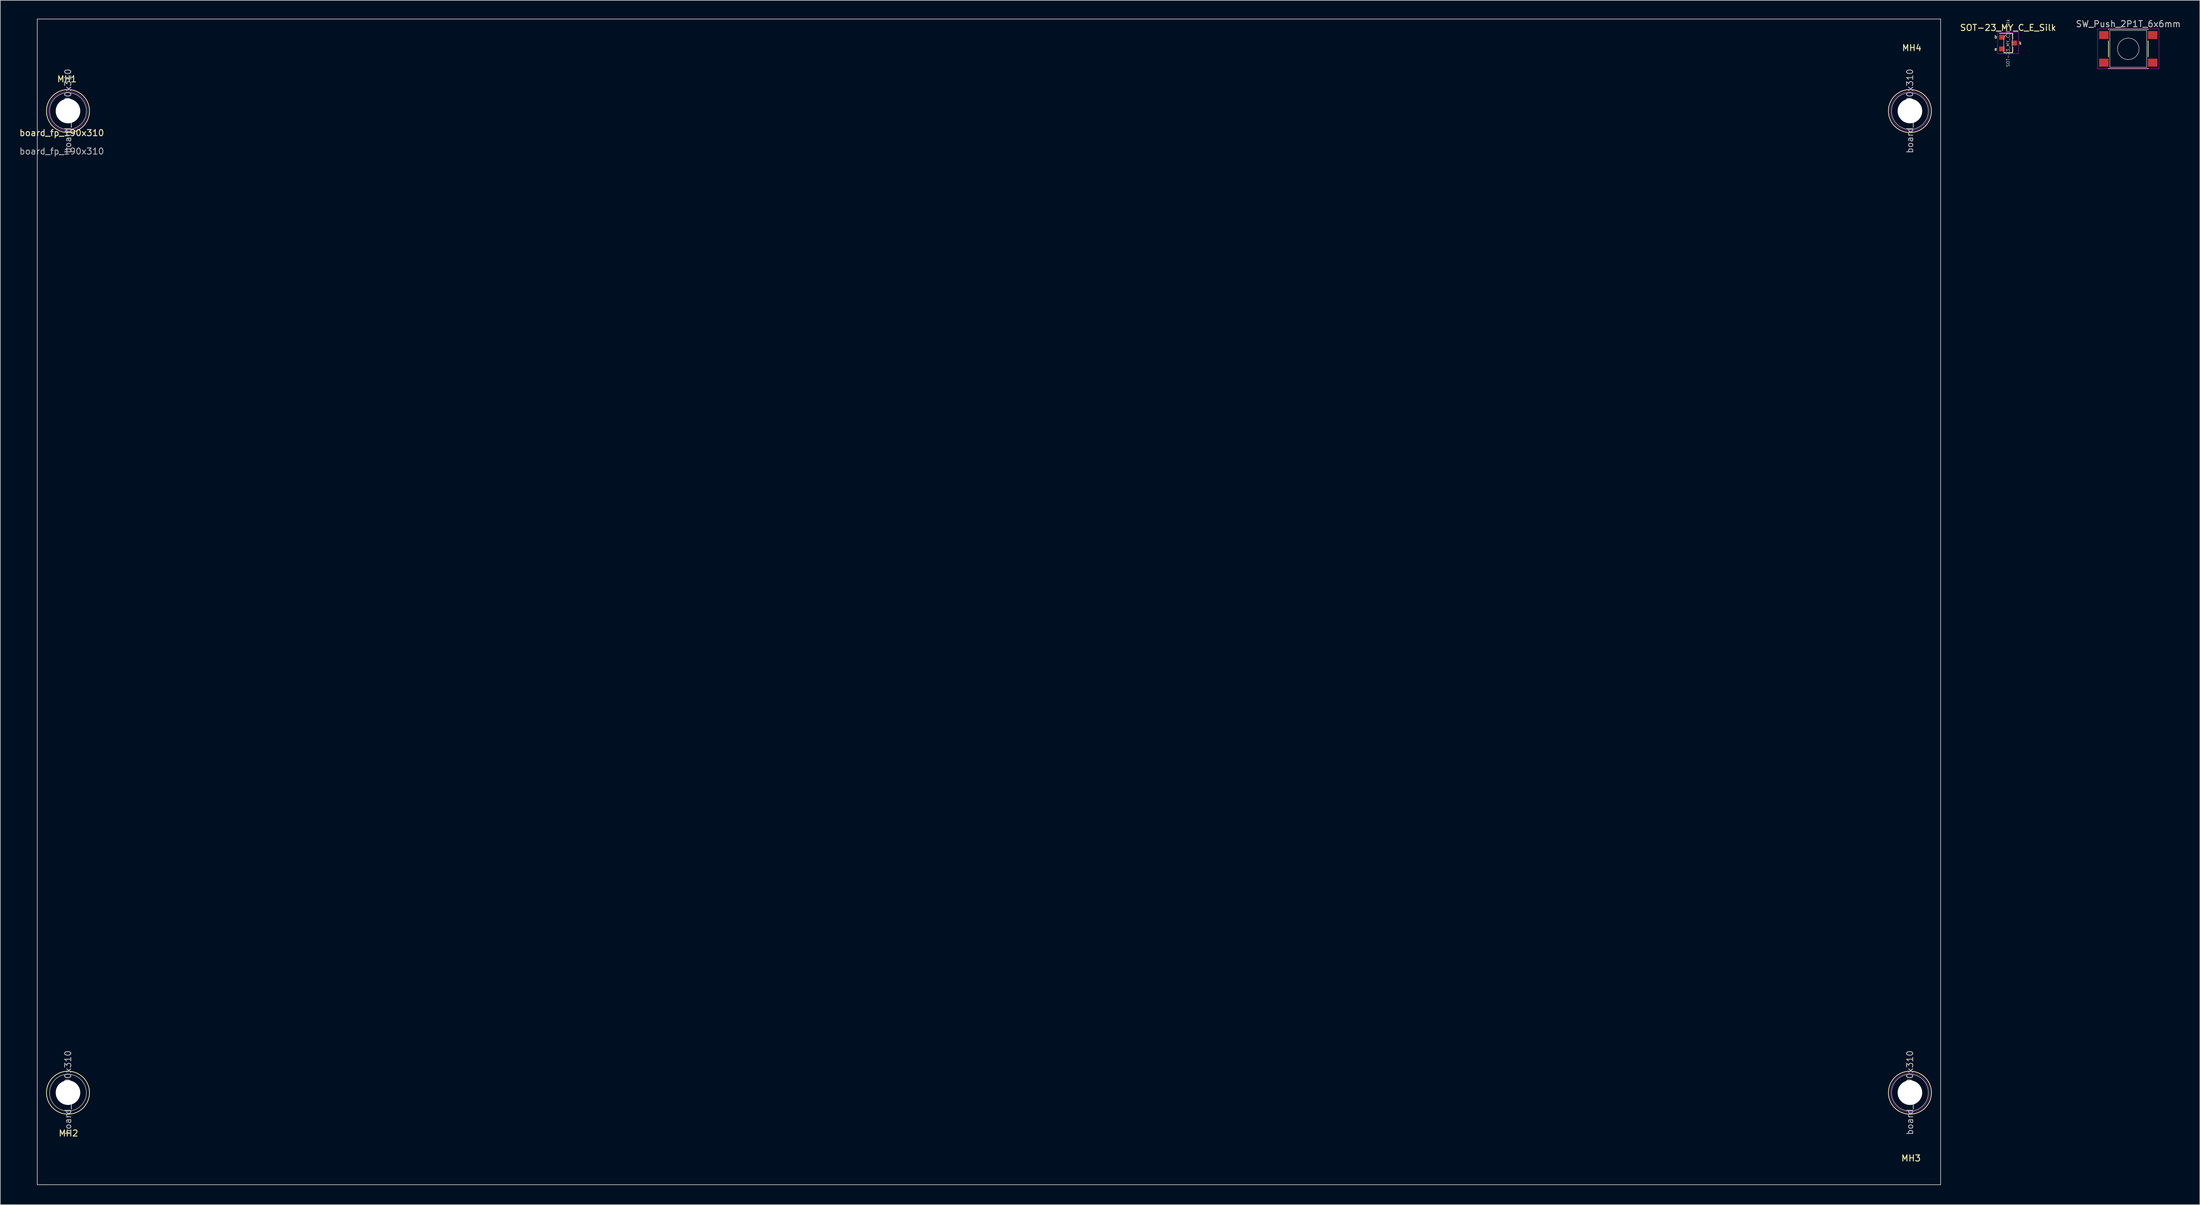
<source format=kicad_pcb>
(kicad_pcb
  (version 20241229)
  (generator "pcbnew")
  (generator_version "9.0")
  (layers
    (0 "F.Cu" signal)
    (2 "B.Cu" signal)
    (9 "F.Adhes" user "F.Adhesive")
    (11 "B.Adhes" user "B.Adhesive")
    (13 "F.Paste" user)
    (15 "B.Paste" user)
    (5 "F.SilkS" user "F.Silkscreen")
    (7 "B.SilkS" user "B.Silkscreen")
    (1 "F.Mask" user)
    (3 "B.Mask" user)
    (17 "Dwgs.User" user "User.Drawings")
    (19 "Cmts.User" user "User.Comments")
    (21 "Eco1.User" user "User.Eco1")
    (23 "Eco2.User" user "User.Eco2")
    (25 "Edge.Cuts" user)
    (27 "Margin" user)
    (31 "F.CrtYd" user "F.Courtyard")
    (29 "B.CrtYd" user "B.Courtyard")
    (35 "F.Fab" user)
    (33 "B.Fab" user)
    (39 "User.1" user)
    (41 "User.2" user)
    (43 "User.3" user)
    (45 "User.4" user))
  (footprint "board_fp_190x310"
    (layer "F.Cu")
    (at 3.022 190.05)
    (property "Reference" "board_fp_190x310" (at 3.984 -171.436 0) (unlocked yes) (layer "F.SilkS") (effects (font (size 1 1) (thickness 0.15))))
    (fp_circle (center 5 -175) (end 8.5 -175) (stroke (width 0.12) (type solid)) (fill no) (layer "F.SilkS"))
    (fp_circle (center 5 -15) (end 8.5 -15) (stroke (width 0.12) (type solid)) (fill no) (layer "F.SilkS"))
    (fp_circle (center 305 -175) (end 308.5 -175) (stroke (width 0.12) (type solid)) (fill no) (layer "F.SilkS"))
    (fp_circle (center 305 -15) (end 308.5 -15) (stroke (width 0.12) (type solid)) (fill no) (layer "F.SilkS"))
    (fp_line (start 0 -190) (end 310 -190) (stroke (width 0.1) (type solid)) (layer "Edge.Cuts"))
    (fp_line (start 0 0) (end 0 -190) (stroke (width 0.1) (type solid)) (layer "Edge.Cuts"))
    (fp_line (start 310 -190) (end 310 0) (stroke (width 0.1) (type solid)) (layer "Edge.Cuts"))
    (fp_line (start 310 0) (end 0 0) (stroke (width 0.1) (type solid)) (layer "Edge.Cuts"))
    (fp_circle (center 5 -175) (end 8.048 -173.984) (stroke (width 0.05) (type solid)) (fill no) (layer "F.CrtYd"))
    (fp_circle (center 305 -175) (end 308.048 -173.984) (stroke (width 0.05) (type solid)) (fill no) (layer "F.CrtYd"))
    (fp_circle (center 305 -15) (end 308.048 -13.984) (stroke (width 0.05) (type solid)) (fill no) (layer "F.CrtYd"))
    (fp_circle (center 5 -175) (end 8 -175) (stroke (width 0.1) (type solid)) (fill no) (layer "F.Fab"))
    (fp_circle (center 5 -15) (end 8 -15) (stroke (width 0.1) (type solid)) (fill no) (layer "F.Fab"))
    (fp_circle (center 305 -175) (end 308 -175) (stroke (width 0.1) (type solid)) (fill no) (layer "F.Fab"))
    (fp_circle (center 305 -15) (end 308 -15) (stroke (width 0.1) (type solid)) (fill no) (layer "F.Fab"))
    (fp_text user "MH1" (at 4.826 -180.213 0) (unlocked yes) (layer "F.SilkS") (effects (font (size 1 1) (thickness 0.15))))
    (fp_text user "MH3" (at 305.181 -4.318 0) (unlocked yes) (layer "F.SilkS") (effects (font (size 1 1) (thickness 0.15))))
    (fp_text user "MH4" (at 305.308 -185.293 0) (unlocked yes) (layer "F.SilkS") (effects (font (size 1 1) (thickness 0.15))))
    (fp_text user "MH2" (at 5.08 -8.382 0) (unlocked yes) (layer "F.SilkS") (effects (font (size 1 1) (thickness 0.15))))
    (fp_text user "${REFERENCE}" (at 3.984 -168.436 0) (unlocked yes) (layer "F.Fab") (effects (font (size 1 1) (thickness 0.15))))
    (fp_text user "${REFERENCE}" (at 5 -175 90) (layer "F.Fab") (effects (font (size 1 1) (thickness 0.15))))
    (fp_text user "${REFERENCE}" (at 305 -15 90) (layer "F.Fab") (effects (font (size 1 1) (thickness 0.15))))
    (fp_text user "${REFERENCE}" (at 5 -15 90) (layer "F.Fab") (effects (font (size 1 1) (thickness 0.15))))
    (fp_text user "${REFERENCE}" (at 305 -175 90) (layer "F.Fab") (effects (font (size 1 1) (thickness 0.15))))
    (pad "" np_thru_hole circle (at 5 -175) (size 4 4) (drill 4) (layers "*.Cu" "*.Mask"))
    (pad "" np_thru_hole circle (at 5 -15) (size 4 4) (drill 4) (layers "*.Cu" "*.Mask"))
    (pad "" np_thru_hole circle (at 305 -175) (size 4 4) (drill 4) (layers "*.Cu" "*.Mask"))
    (pad "" np_thru_hole circle (at 305 -15) (size 4 4) (drill 4) (layers "*.Cu" "*.Mask")))
  (footprint "SW_Push_2P1T_6x6mm"
    (layer "F.Cu")
    (at 343.59 4.912)
    (property "Reference" "SW_Push_2P1T_6x6mm" (at 0 -4.064 0) (layer "F.SilkS") (effects (font (size 1 1) (thickness 0.15))))
    (attr smd)
    (fp_line (start -3.23 -3.23) (end 3.23 -3.23) (stroke (width 0.12) (type solid)) (layer "F.SilkS"))
    (fp_line (start -3.23 -3.2) (end -3.23 -3.23) (stroke (width 0.12) (type solid)) (layer "F.SilkS"))
    (fp_line (start -3.23 -1.3) (end -3.23 1.3) (stroke (width 0.12) (type solid)) (layer "F.SilkS"))
    (fp_line (start -3.23 3.23) (end -3.23 3.2) (stroke (width 0.12) (type solid)) (layer "F.SilkS"))
    (fp_line (start -3.23 3.23) (end 3.23 3.23) (stroke (width 0.12) (type solid)) (layer "F.SilkS"))
    (fp_line (start 3.23 -3.23) (end 3.23 -3.2) (stroke (width 0.12) (type solid)) (layer "F.SilkS"))
    (fp_line (start 3.23 -1.3) (end 3.23 1.3) (stroke (width 0.12) (type solid)) (layer "F.SilkS"))
    (fp_line (start 3.23 3.23) (end 3.23 3.2) (stroke (width 0.12) (type solid)) (layer "F.SilkS"))
    (fp_line (start -5 -3.25) (end -5 3.25) (stroke (width 0.05) (type solid)) (layer "F.CrtYd"))
    (fp_line (start -5 -3.25) (end 5 -3.25) (stroke (width 0.05) (type solid)) (layer "F.CrtYd"))
    (fp_line (start -5 3.25) (end 5 3.25) (stroke (width 0.05) (type solid)) (layer "F.CrtYd"))
    (fp_line (start 5 3.25) (end 5 -3.25) (stroke (width 0.05) (type solid)) (layer "F.CrtYd"))
    (fp_line (start -3 -3) (end -3 3) (stroke (width 0.1) (type solid)) (layer "F.Fab"))
    (fp_line (start -3 3) (end 3 3) (stroke (width 0.1) (type solid)) (layer "F.Fab"))
    (fp_line (start 3 -3) (end -3 -3) (stroke (width 0.1) (type solid)) (layer "F.Fab"))
    (fp_line (start 3 3) (end 3 -3) (stroke (width 0.1) (type solid)) (layer "F.Fab"))
    (fp_circle (center 0 0) (end 1.75 -0.05) (stroke (width 0.1) (type solid)) (fill no) (layer "F.Fab"))
    (fp_text user "${REFERENCE}" (at 0 -4.05 0) (layer "F.Fab") (effects (font (size 1 1) (thickness 0.15))))
    (pad "1" smd rect (at -3.975 -2.25) (size 1.55 1.3) (layers "F.Cu" "F.Mask" "F.Paste"))
    (pad "1" smd rect (at 3.975 -2.25) (size 1.55 1.3) (layers "F.Cu" "F.Mask" "F.Paste"))
    (pad "2" smd rect (at -3.975 2.25) (size 1.55 1.3) (layers "F.Cu" "F.Mask" "F.Paste"))
    (pad "2" smd rect (at 3.975 2.25) (size 1.55 1.3) (layers "F.Cu" "F.Mask" "F.Paste")))
  (footprint "SOT-23_MY_C_E_Silk"
    (layer "F.Cu")
    (at 324.006 3.967)
    (property "Reference" "SOT-23_MY_C_E_Silk" (at 0 -2.5 0) (layer "F.SilkS") (effects (font (size 1 1) (thickness 0.15))))
    (attr smd)
    (fp_line (start 0.76 -1.58) (end -1.4 -1.58) (stroke (width 0.12) (type solid)) (layer "F.SilkS"))
    (fp_line (start 0.76 -1.58) (end 0.76 -0.65) (stroke (width 0.12) (type solid)) (layer "F.SilkS"))
    (fp_line (start 0.76 1.58) (end -0.7 1.58) (stroke (width 0.12) (type solid)) (layer "F.SilkS"))
    (fp_line (start 0.76 1.58) (end 0.76 0.65) (stroke (width 0.12) (type solid)) (layer "F.SilkS"))
    (fp_line (start -1.7 -1.75) (end 1.7 -1.75) (stroke (width 0.05) (type solid)) (layer "F.CrtYd"))
    (fp_line (start -1.7 1.75) (end -1.7 -1.75) (stroke (width 0.05) (type solid)) (layer "F.CrtYd"))
    (fp_line (start 1.7 -1.75) (end 1.7 1.75) (stroke (width 0.05) (type solid)) (layer "F.CrtYd"))
    (fp_line (start 1.7 1.75) (end -1.7 1.75) (stroke (width 0.05) (type solid)) (layer "F.CrtYd"))
    (fp_line (start -0.7 -0.95) (end -0.7 1.5) (stroke (width 0.1) (type solid)) (layer "F.Fab"))
    (fp_line (start -0.7 -0.95) (end -0.15 -1.52) (stroke (width 0.1) (type solid)) (layer "F.Fab"))
    (fp_line (start -0.7 1.52) (end 0.7 1.52) (stroke (width 0.1) (type solid)) (layer "F.Fab"))
    (fp_line (start -0.15 -1.52) (end 0.7 -1.52) (stroke (width 0.1) (type solid)) (layer "F.Fab"))
    (fp_line (start 0.7 -1.52) (end 0.7 1.52) (stroke (width 0.1) (type solid)) (layer "F.Fab"))
    (fp_text user "k" (at 2 0 0) (unlocked yes) (layer "F.SilkS") (effects (font (size 0.5 0.5) (thickness 0.1))))
    (fp_text user "e" (at -2 1 0) (unlocked yes) (layer "F.SilkS") (effects (font (size 0.5 0.5) (thickness 0.1))))
    (fp_text user "b" (at -2 -1 0) (unlocked yes) (layer "F.SilkS") (effects (font (size 0.5 0.5) (thickness 0.1))))
    (fp_text user "${REFERENCE}" (at 0 0 90) (layer "F.Fab") (effects (font (size 0.5 0.5) (thickness 0.075))))
    (pad "1" smd rect (at -1 -0.95) (size 0.9 0.8) (layers "F.Cu" "F.Mask" "F.Paste"))
    (pad "2" smd rect (at -1 0.95) (size 0.9 0.8) (layers "F.Cu" "F.Mask" "F.Paste"))
    (pad "3" smd rect (at 1 0) (size 0.9 0.8) (layers "F.Cu" "F.Mask" "F.Paste")))
  (gr_rect
    (start -3 -3)
    (end 355.239 193.3)
    (stroke (width 0.1) (type default))
    (fill no)
    (layer "Edge.Cuts")))
</source>
